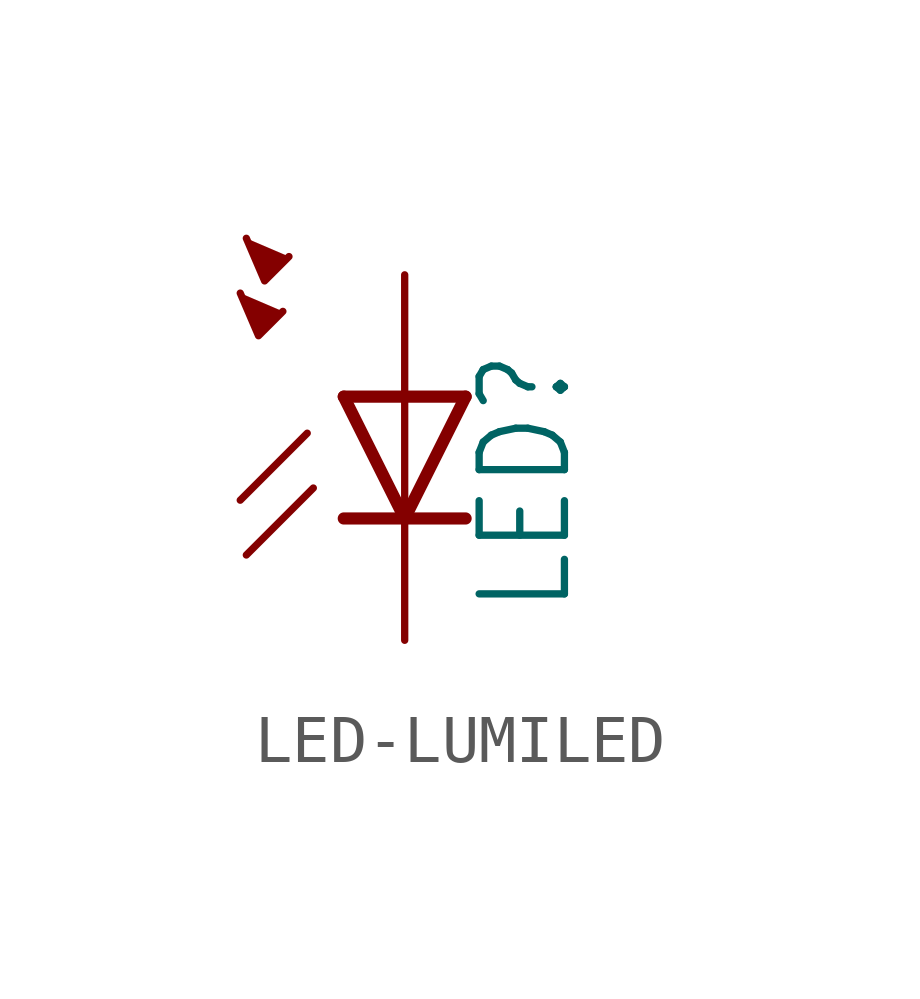
<source format=kicad_sym>
(kicad_symbol_lib
  (version 20241209)
  (generator "kicad_symbol_editor")
  (generator_version "9.0")
  (symbol "LED-LUMILED"
    (property "Reference" "LED"
      (at 3.556 -4.572 90)
      (effects (font (size 1.778 1.511)) (justify left bottom)))
    (property "Value" ""
      (at 5.715 -4.572 90)
      (effects (font (size 1.778 1.511)) (justify left bottom)))
    (property "ki_locked" ""
      (at 0 0 0)
      (effects (font (size 1.27 1.27))))
    (symbol "LED-LUMILED_1_0"
      (polyline (pts (xy -3.429 2.159) (xy -3.048 1.27) (xy -2.54 1.778)) (stroke (width 0.152) (type solid)) (fill (type outline)))
      (polyline (pts (xy -3.302 3.302) (xy -2.921 2.413) (xy -2.413 2.921)) (stroke (width 0.152) (type solid)) (fill (type outline)))
      (polyline (pts (xy -2.032 -0.762) (xy -3.429 -2.159)) (stroke (width 0.152) (type solid)) (fill (type none)))
      (polyline (pts (xy -1.905 -1.905) (xy -3.302 -3.302)) (stroke (width 0.152) (type solid)) (fill (type none)))
      (polyline (pts (xy 0 0) (xy -1.27 0)) (stroke (width 0.254) (type solid)) (fill (type none)))
      (polyline (pts (xy 0 0) (xy 0 -2.54)) (stroke (width 0.152) (type solid)) (fill (type none)))
      (polyline (pts (xy 0 -2.54) (xy -1.27 0)) (stroke (width 0.254) (type solid)) (fill (type none)))
      (polyline (pts (xy 0 -2.54) (xy -1.27 -2.54)) (stroke (width 0.254) (type solid)) (fill (type none)))
      (polyline (pts (xy 1.27 0) (xy 0 0)) (stroke (width 0.254) (type solid)) (fill (type none)))
      (polyline (pts (xy 1.27 0) (xy 0 -2.54)) (stroke (width 0.254) (type solid)) (fill (type none)))
      (polyline (pts (xy 1.27 -2.54) (xy 0 -2.54)) (stroke (width 0.254) (type solid)) (fill (type none)))
      (pin passive line (at 0 2.54 270) (length 2.54) (name "A" (effects (font (size 0 0)))) (number "2+" (effects (font (size 0 0)))))
      (pin passive line (at 0 -5.08 90) (length 2.54) (name "C" (effects (font (size 0 0)))) (number "4-" (effects (font (size 0 0))))))))
</source>
